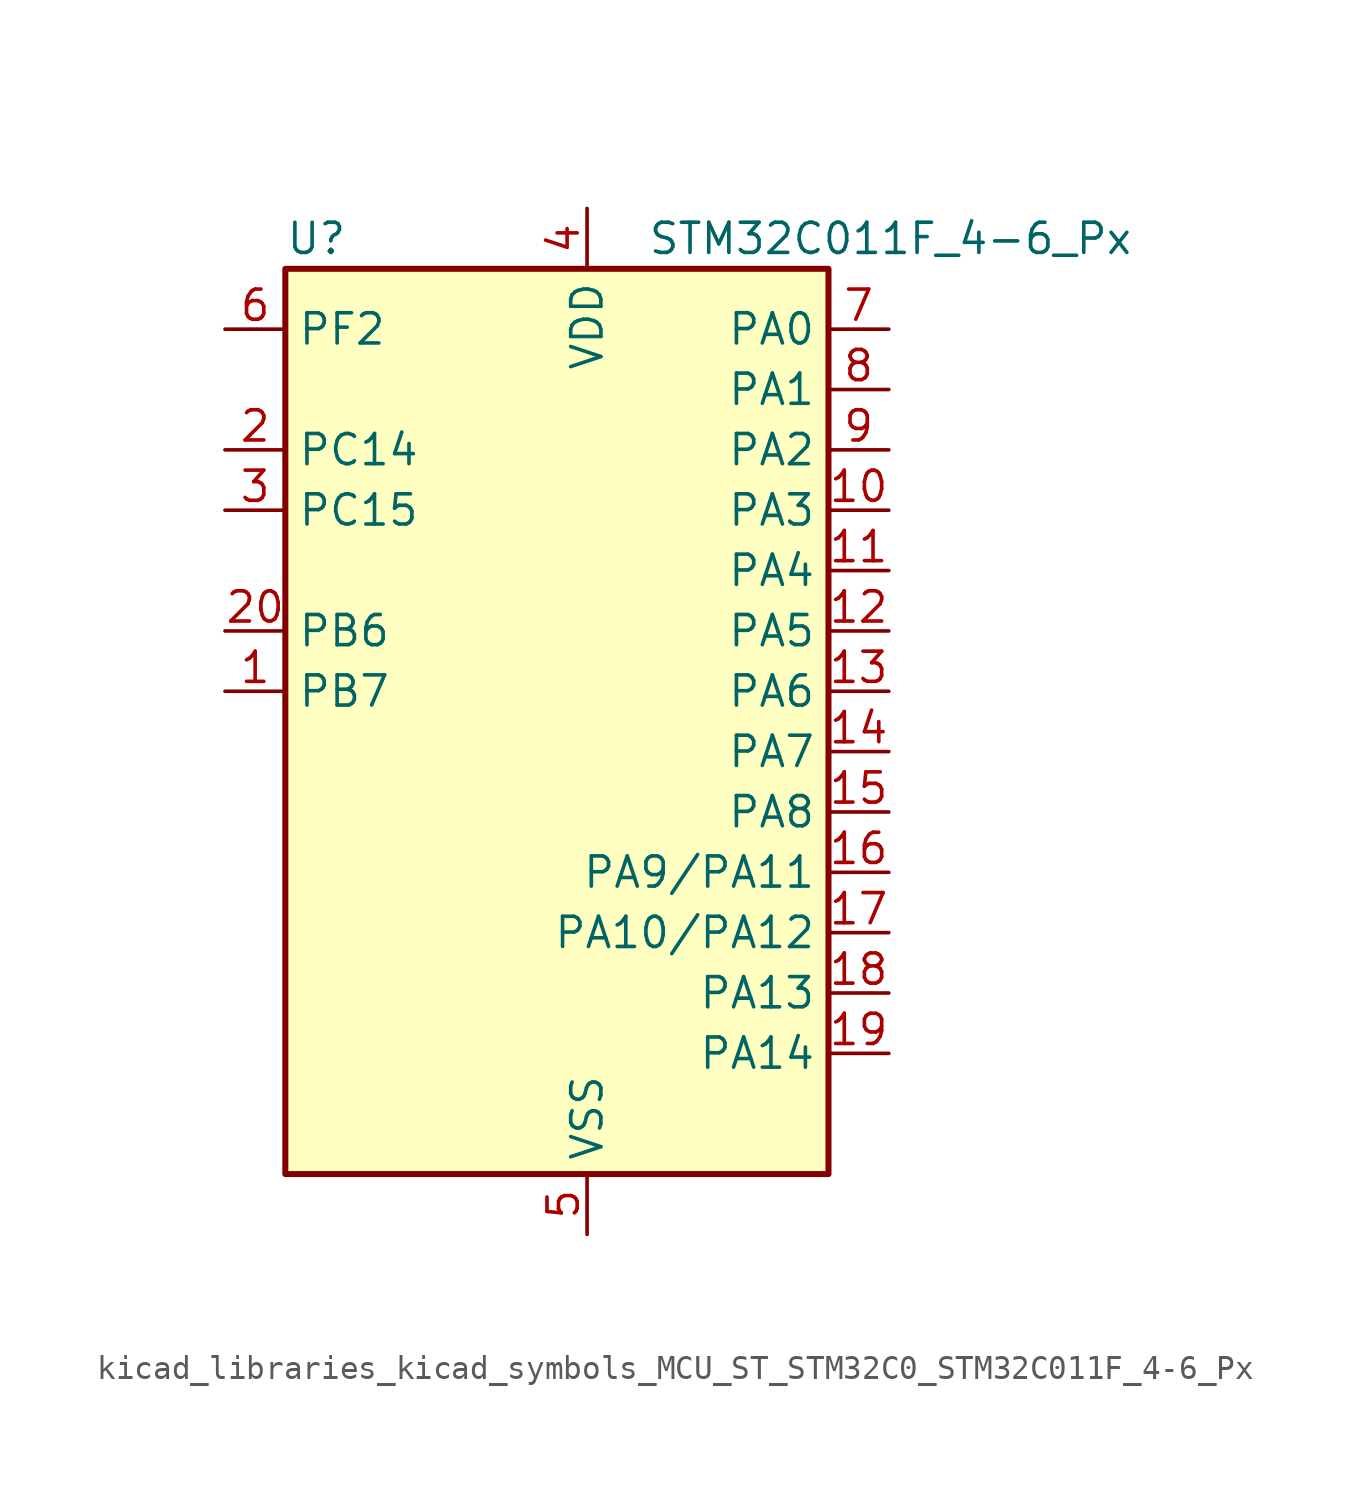
<source format=kicad_sym>
(kicad_symbol_lib
  (version 20220914)
  (generator kicad_symbol_editor)
  (symbol "kicad_libraries_kicad_symbols_MCU_ST_STM32C0_STM32C011F_4-6_Px"
    (property "Reference" "U"
      (at -10.16 21.59 0)
      (effects (font (size 1.27 1.27)) (justify left)))
    (property "Value" "STM32C011F_4-6_Px"
      (at 5.08 21.59 0)
      (effects (font (size 1.27 1.27)) (justify left)))
    (property "ki_locked" ""
      (at 0 0 0)
      (effects (font (size 1.27 1.27))))
    (symbol "kicad_libraries_kicad_symbols_MCU_ST_STM32C0_STM32C011F_4-6_Px_0_1"
      (rectangle (start -10.16 -17.78) (end 12.7 20.32) (stroke (width 0.254) (type default)) (fill (type background))))
    (symbol "kicad_libraries_kicad_symbols_MCU_ST_STM32C0_STM32C011F_4-6_Px_1_1"
      (pin bidirectional line (at -12.7 2.54 0) (length 2.54) (name "PB7" (effects (font (size 1.27 1.27)))) (number "1" (effects (font (size 1.27 1.27)))) (alternate "I2C1_SCL" bidirectional line) (alternate "I2C1_SDA" bidirectional line) (alternate "RTC_REFIN" bidirectional line) (alternate "TIM16_CH1" bidirectional line) (alternate "TIM17_CH1N" bidirectional line) (alternate "TIM1_CH4" bidirectional line) (alternate "TIM3_CH1" bidirectional line) (alternate "TIM3_CH4" bidirectional line) (alternate "USART1_RX" bidirectional line) (alternate "USART2_CTS" bidirectional line) (alternate "USART2_NSS" bidirectional line))
      (pin bidirectional line (at 15.24 10.16 180) (length 2.54) (name "PA3" (effects (font (size 1.27 1.27)))) (number "10" (effects (font (size 1.27 1.27)))) (alternate "ADC1_IN3" bidirectional line) (alternate "TIM1_CH1N" bidirectional line) (alternate "TIM1_CH4" bidirectional line) (alternate "USART2_RX" bidirectional line))
      (pin bidirectional line (at 15.24 7.62 180) (length 2.54) (name "PA4" (effects (font (size 1.27 1.27)))) (number "11" (effects (font (size 1.27 1.27)))) (alternate "ADC1_IN4" bidirectional line) (alternate "I2S1_WS" bidirectional line) (alternate "PWR_WKUP2" bidirectional line) (alternate "RTC_OUT1" bidirectional line) (alternate "RTC_TS" bidirectional line) (alternate "SPI1_NSS" bidirectional line) (alternate "TIM14_CH1" bidirectional line) (alternate "TIM17_CH1N" bidirectional line) (alternate "TIM1_CH2N" bidirectional line) (alternate "USART2_TX" bidirectional line))
      (pin bidirectional line (at 15.24 5.08 180) (length 2.54) (name "PA5" (effects (font (size 1.27 1.27)))) (number "12" (effects (font (size 1.27 1.27)))) (alternate "ADC1_IN5" bidirectional line) (alternate "I2S1_CK" bidirectional line) (alternate "SPI1_SCK" bidirectional line) (alternate "TIM1_CH1" bidirectional line) (alternate "TIM1_CH3N" bidirectional line) (alternate "USART2_RX" bidirectional line))
      (pin bidirectional line (at 15.24 2.54 180) (length 2.54) (name "PA6" (effects (font (size 1.27 1.27)))) (number "13" (effects (font (size 1.27 1.27)))) (alternate "ADC1_IN6" bidirectional line) (alternate "I2S1_MCK" bidirectional line) (alternate "SPI1_MISO" bidirectional line) (alternate "TIM16_CH1" bidirectional line) (alternate "TIM1_BKIN" bidirectional line) (alternate "TIM3_CH1" bidirectional line))
      (pin bidirectional line (at 15.24 0 180) (length 2.54) (name "PA7" (effects (font (size 1.27 1.27)))) (number "14" (effects (font (size 1.27 1.27)))) (alternate "ADC1_IN7" bidirectional line) (alternate "I2S1_SD" bidirectional line) (alternate "SPI1_MOSI" bidirectional line) (alternate "TIM14_CH1" bidirectional line) (alternate "TIM17_CH1" bidirectional line) (alternate "TIM1_CH1N" bidirectional line) (alternate "TIM3_CH2" bidirectional line))
      (pin bidirectional line (at 15.24 -2.54 180) (length 2.54) (name "PA8" (effects (font (size 1.27 1.27)))) (number "15" (effects (font (size 1.27 1.27)))) (alternate "ADC1_IN8" bidirectional line) (alternate "I2S1_WS" bidirectional line) (alternate "RCC_MCO" bidirectional line) (alternate "RCC_MCO_2" bidirectional line) (alternate "SPI1_NSS" bidirectional line) (alternate "TIM14_CH1" bidirectional line) (alternate "TIM1_CH1" bidirectional line) (alternate "TIM1_CH2N" bidirectional line) (alternate "TIM1_CH3N" bidirectional line) (alternate "TIM3_CH3" bidirectional line) (alternate "TIM3_CH4" bidirectional line) (alternate "USART1_RX" bidirectional line) (alternate "USART2_TX" bidirectional line))
      (pin bidirectional line (at 15.24 -5.08 180) (length 2.54) (name "PA9/PA11" (effects (font (size 1.27 1.27)))) (number "16" (effects (font (size 1.27 1.27)))) (alternate "I2C1_SCL" bidirectional line) (alternate "RCC_MCO" bidirectional line) (alternate "TIM1_CH2" bidirectional line) (alternate "TIM3_ETR" bidirectional line) (alternate "USART1_TX" bidirectional line))
      (pin bidirectional line (at 15.24 -7.62 180) (length 2.54) (name "PA10/PA12" (effects (font (size 1.27 1.27)))) (number "17" (effects (font (size 1.27 1.27)))) (alternate "I2C1_SDA" bidirectional line) (alternate "RCC_MCO_2" bidirectional line) (alternate "TIM17_BKIN" bidirectional line) (alternate "TIM1_CH3" bidirectional line) (alternate "USART1_RX" bidirectional line))
      (pin bidirectional line (at 15.24 -10.16 180) (length 2.54) (name "PA13" (effects (font (size 1.27 1.27)))) (number "18" (effects (font (size 1.27 1.27)))) (alternate "ADC1_IN13" bidirectional line) (alternate "DEBUG_SWDIO" bidirectional line) (alternate "IR_OUT" bidirectional line) (alternate "TIM3_ETR" bidirectional line) (alternate "USART2_RX" bidirectional line))
      (pin bidirectional line (at 15.24 -12.7 180) (length 2.54) (name "PA14" (effects (font (size 1.27 1.27)))) (number "19" (effects (font (size 1.27 1.27)))) (alternate "ADC1_IN14" bidirectional line) (alternate "DEBUG_SWCLK" bidirectional line) (alternate "I2S1_WS" bidirectional line) (alternate "RCC_MCO_2" bidirectional line) (alternate "SPI1_NSS" bidirectional line) (alternate "TIM1_CH1" bidirectional line) (alternate "USART1_CK" bidirectional line) (alternate "USART1_DE" bidirectional line) (alternate "USART1_RTS" bidirectional line) (alternate "USART2_RX" bidirectional line) (alternate "USART2_TX" bidirectional line))
      (pin bidirectional line (at -12.7 12.7 0) (length 2.54) (name "PC14" (effects (font (size 1.27 1.27)))) (number "2" (effects (font (size 1.27 1.27)))) (alternate "I2C1_SDA" bidirectional line) (alternate "IR_OUT" bidirectional line) (alternate "RCC_OSCX_IN" bidirectional line) (alternate "TIM17_CH1" bidirectional line) (alternate "TIM1_BKIN2" bidirectional line) (alternate "TIM1_ETR" bidirectional line) (alternate "TIM3_CH2" bidirectional line) (alternate "USART1_TX" bidirectional line) (alternate "USART2_CK" bidirectional line) (alternate "USART2_DE" bidirectional line) (alternate "USART2_RTS" bidirectional line))
      (pin bidirectional line (at -12.7 5.08 0) (length 2.54) (name "PB6" (effects (font (size 1.27 1.27)))) (number "20" (effects (font (size 1.27 1.27)))) (alternate "I2C1_SCL" bidirectional line) (alternate "I2C1_SMBA" bidirectional line) (alternate "I2S1_CK" bidirectional line) (alternate "I2S1_MCK" bidirectional line) (alternate "I2S1_SD" bidirectional line) (alternate "PWR_WKUP3" bidirectional line) (alternate "SPI1_MISO" bidirectional line) (alternate "SPI1_MOSI" bidirectional line) (alternate "SPI1_SCK" bidirectional line) (alternate "TIM16_BKIN" bidirectional line) (alternate "TIM16_CH1N" bidirectional line) (alternate "TIM17_BKIN" bidirectional line) (alternate "TIM1_CH2" bidirectional line) (alternate "TIM1_CH3" bidirectional line) (alternate "TIM3_CH1" bidirectional line) (alternate "TIM3_CH2" bidirectional line) (alternate "TIM3_CH3" bidirectional line) (alternate "USART1_CK" bidirectional line) (alternate "USART1_CTS" bidirectional line) (alternate "USART1_DE" bidirectional line) (alternate "USART1_NSS" bidirectional line) (alternate "USART1_RTS" bidirectional line) (alternate "USART1_TX" bidirectional line))
      (pin bidirectional line (at -12.7 10.16 0) (length 2.54) (name "PC15" (effects (font (size 1.27 1.27)))) (number "3" (effects (font (size 1.27 1.27)))) (alternate "RCC_OSC32_EN" bidirectional line) (alternate "RCC_OSCX_OUT" bidirectional line) (alternate "RCC_OSC_EN" bidirectional line) (alternate "TIM1_ETR" bidirectional line) (alternate "TIM3_CH3" bidirectional line))
      (pin power_in line (at 2.54 22.86 270) (length 2.54) (name "VDD" (effects (font (size 1.27 1.27)))) (number "4" (effects (font (size 1.27 1.27)))))
      (pin power_in line (at 2.54 -20.32 90) (length 2.54) (name "VSS" (effects (font (size 1.27 1.27)))) (number "5" (effects (font (size 1.27 1.27)))))
      (pin bidirectional line (at -12.7 17.78 0) (length 2.54) (name "PF2" (effects (font (size 1.27 1.27)))) (number "6" (effects (font (size 1.27 1.27)))) (alternate "RCC_MCO" bidirectional line) (alternate "TIM1_CH4" bidirectional line))
      (pin bidirectional line (at 15.24 17.78 180) (length 2.54) (name "PA0" (effects (font (size 1.27 1.27)))) (number "7" (effects (font (size 1.27 1.27)))) (alternate "ADC1_IN0" bidirectional line) (alternate "PWR_WKUP1" bidirectional line) (alternate "TIM16_CH1" bidirectional line) (alternate "TIM1_CH1" bidirectional line) (alternate "USART1_TX" bidirectional line) (alternate "USART2_CTS" bidirectional line) (alternate "USART2_NSS" bidirectional line))
      (pin bidirectional line (at 15.24 15.24 180) (length 2.54) (name "PA1" (effects (font (size 1.27 1.27)))) (number "8" (effects (font (size 1.27 1.27)))) (alternate "ADC1_IN1" bidirectional line) (alternate "I2C1_SMBA" bidirectional line) (alternate "I2S1_CK" bidirectional line) (alternate "SPI1_SCK" bidirectional line) (alternate "TIM17_CH1" bidirectional line) (alternate "TIM1_CH2" bidirectional line) (alternate "USART1_RX" bidirectional line) (alternate "USART2_CK" bidirectional line) (alternate "USART2_DE" bidirectional line) (alternate "USART2_RTS" bidirectional line))
      (pin bidirectional line (at 15.24 12.7 180) (length 2.54) (name "PA2" (effects (font (size 1.27 1.27)))) (number "9" (effects (font (size 1.27 1.27)))) (alternate "ADC1_IN2" bidirectional line) (alternate "I2S1_SD" bidirectional line) (alternate "PWR_WKUP4" bidirectional line) (alternate "RCC_LSCO" bidirectional line) (alternate "SPI1_MOSI" bidirectional line) (alternate "TIM16_CH1N" bidirectional line) (alternate "TIM1_CH3" bidirectional line) (alternate "TIM3_ETR" bidirectional line) (alternate "USART2_TX" bidirectional line)))))
</source>
